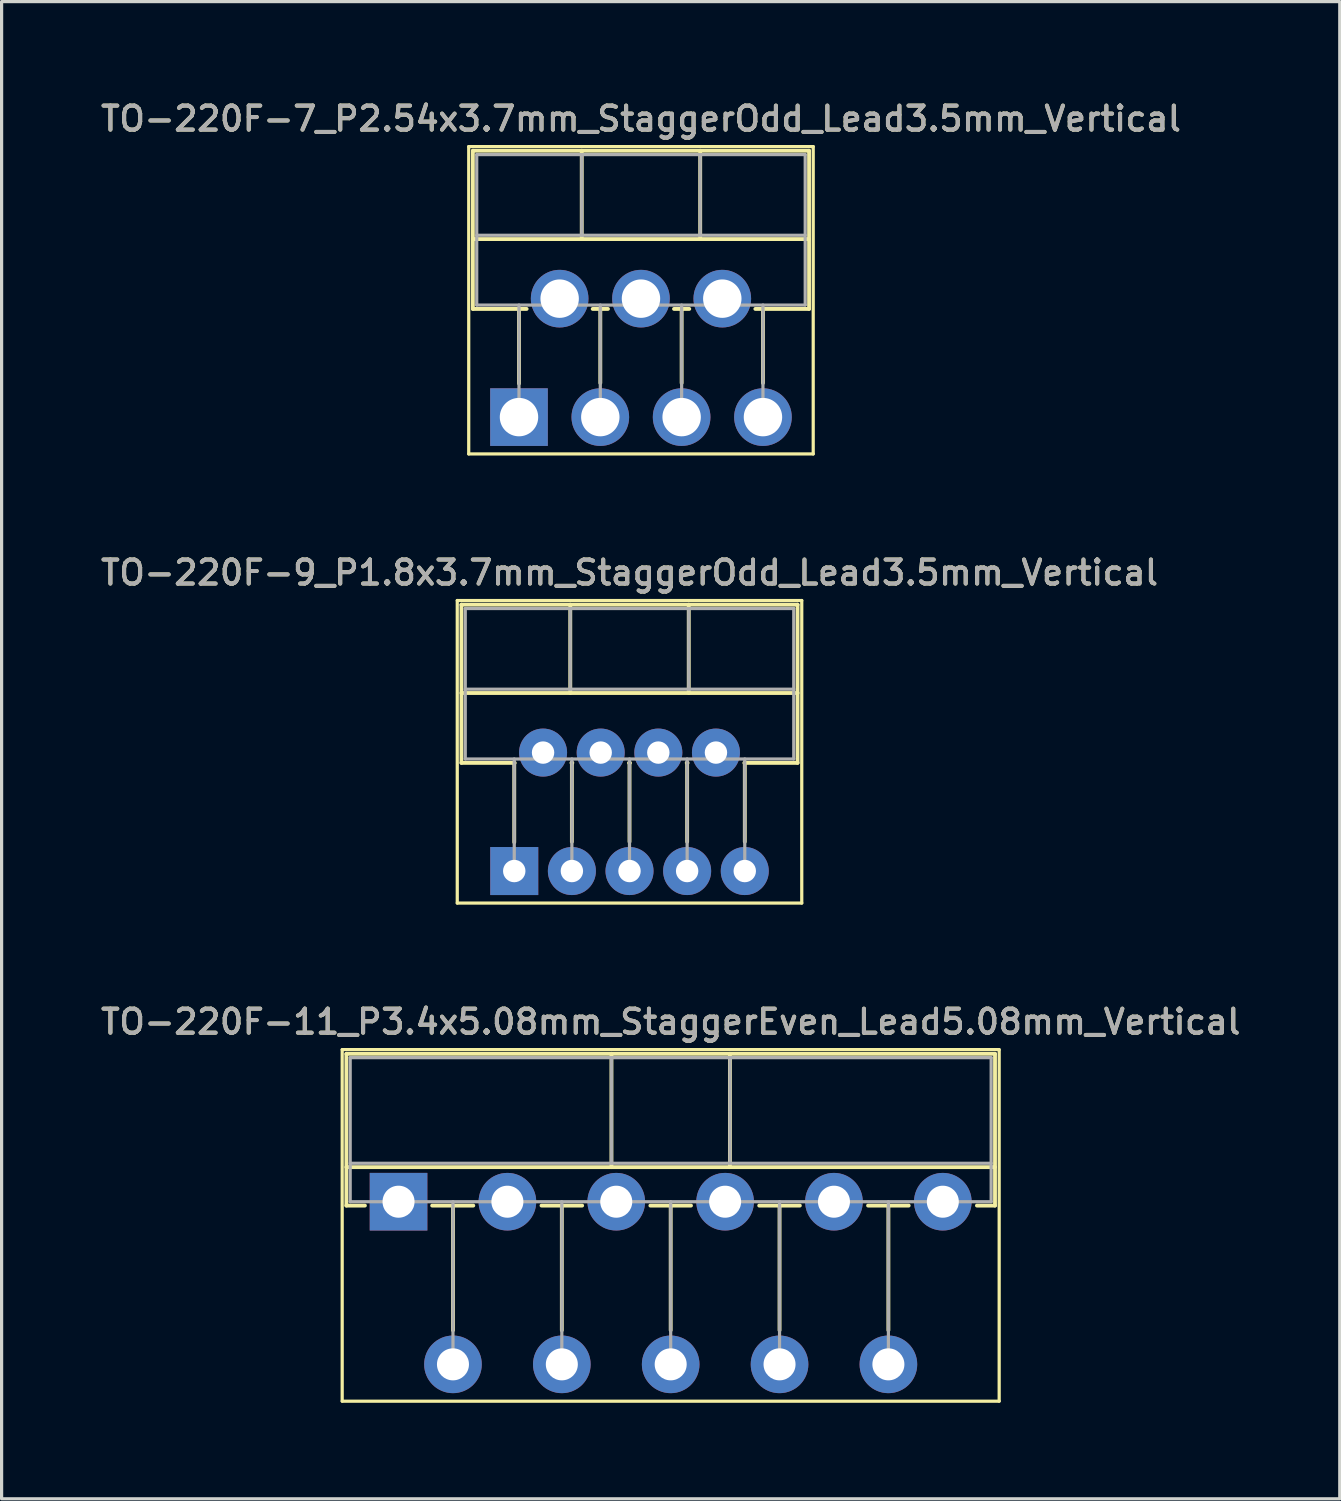
<source format=kicad_pcb>
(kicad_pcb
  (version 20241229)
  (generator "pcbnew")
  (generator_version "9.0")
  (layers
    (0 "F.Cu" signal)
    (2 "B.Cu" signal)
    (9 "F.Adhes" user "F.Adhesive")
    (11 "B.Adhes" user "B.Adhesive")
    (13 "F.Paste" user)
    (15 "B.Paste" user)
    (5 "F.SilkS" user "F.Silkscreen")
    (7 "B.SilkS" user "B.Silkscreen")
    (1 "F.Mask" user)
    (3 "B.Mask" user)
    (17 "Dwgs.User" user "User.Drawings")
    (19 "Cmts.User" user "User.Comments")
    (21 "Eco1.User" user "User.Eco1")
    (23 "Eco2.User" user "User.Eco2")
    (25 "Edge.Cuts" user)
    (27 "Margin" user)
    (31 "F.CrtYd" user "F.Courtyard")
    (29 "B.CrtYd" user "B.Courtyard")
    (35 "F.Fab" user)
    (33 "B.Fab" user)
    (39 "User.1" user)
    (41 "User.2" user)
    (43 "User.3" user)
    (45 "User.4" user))
  (footprint "TO-220F-11_P3.4x5.08mm_StaggerEven_Lead5.08mm_Vertical"
    (layer "F.Cu")
    (at 9.398 34.484)
    (property "Reference" "TO-220F-11_P3.4x5.08mm_StaggerEven_Lead5.08mm_Vertical" (at 8.5 -5.62 0) (layer "F.SilkS") (effects (font (size 0.75 0.75) (thickness 0.125))))
    (attr through_hole)
    (fp_line (start -1.76 -4.75) (end -1.76 6.23) (stroke (width 0.1) (type solid)) (layer "F.SilkS"))
    (fp_line (start -1.76 6.23) (end 18.76 6.23) (stroke (width 0.1) (type solid)) (layer "F.SilkS"))
    (fp_line (start -1.63 -4.62) (end -1.63 0.121) (stroke (width 0.12) (type solid)) (layer "F.SilkS"))
    (fp_line (start -1.63 -4.62) (end 18.63 -4.62) (stroke (width 0.12) (type solid)) (layer "F.SilkS"))
    (fp_line (start -1.63 -1.08) (end 18.63 -1.08) (stroke (width 0.12) (type solid)) (layer "F.SilkS"))
    (fp_line (start -1.63 0.121) (end -1.05 0.121) (stroke (width 0.12) (type solid)) (layer "F.SilkS"))
    (fp_line (start 1.05 0.121) (end 2.335 0.121) (stroke (width 0.12) (type solid)) (layer "F.SilkS"))
    (fp_line (start 1.7 0.121) (end 1.7 4.015) (stroke (width 0.12) (type solid)) (layer "F.SilkS"))
    (fp_line (start 4.465 0.121) (end 5.735 0.121) (stroke (width 0.12) (type solid)) (layer "F.SilkS"))
    (fp_line (start 5.1 0.121) (end 5.1 4.015) (stroke (width 0.12) (type solid)) (layer "F.SilkS"))
    (fp_line (start 6.65 -4.62) (end 6.65 -1.08) (stroke (width 0.12) (type solid)) (layer "F.SilkS"))
    (fp_line (start 7.865 0.121) (end 9.135 0.121) (stroke (width 0.12) (type solid)) (layer "F.SilkS"))
    (fp_line (start 8.5 0.121) (end 8.5 4.015) (stroke (width 0.12) (type solid)) (layer "F.SilkS"))
    (fp_line (start 10.35 -4.62) (end 10.35 -1.08) (stroke (width 0.12) (type solid)) (layer "F.SilkS"))
    (fp_line (start 11.265 0.121) (end 12.535 0.121) (stroke (width 0.12) (type solid)) (layer "F.SilkS"))
    (fp_line (start 11.9 0.121) (end 11.9 4.015) (stroke (width 0.12) (type solid)) (layer "F.SilkS"))
    (fp_line (start 14.665 0.121) (end 15.935 0.121) (stroke (width 0.12) (type solid)) (layer "F.SilkS"))
    (fp_line (start 15.3 0.121) (end 15.3 4.015) (stroke (width 0.12) (type solid)) (layer "F.SilkS"))
    (fp_line (start 18.065 0.121) (end 18.63 0.121) (stroke (width 0.12) (type solid)) (layer "F.SilkS"))
    (fp_line (start 18.63 -4.62) (end 18.63 0.121) (stroke (width 0.12) (type solid)) (layer "F.SilkS"))
    (fp_line (start 18.76 -4.75) (end -1.76 -4.75) (stroke (width 0.1) (type solid)) (layer "F.SilkS"))
    (fp_line (start 18.76 6.23) (end 18.76 -4.75) (stroke (width 0.1) (type solid)) (layer "F.SilkS"))
    (fp_line (start -1.51 -4.5) (end -1.51 0) (stroke (width 0.1) (type solid)) (layer "F.Fab"))
    (fp_line (start -1.51 -1.2) (end 18.51 -1.2) (stroke (width 0.1) (type solid)) (layer "F.Fab"))
    (fp_line (start -1.51 0) (end 18.51 0) (stroke (width 0.1) (type solid)) (layer "F.Fab"))
    (fp_line (start 1.7 0) (end 1.7 5.08) (stroke (width 0.1) (type solid)) (layer "F.Fab"))
    (fp_line (start 5.1 0) (end 5.1 5.08) (stroke (width 0.1) (type solid)) (layer "F.Fab"))
    (fp_line (start 6.65 -4.5) (end 6.65 -1.2) (stroke (width 0.1) (type solid)) (layer "F.Fab"))
    (fp_line (start 8.5 0) (end 8.5 5.08) (stroke (width 0.1) (type solid)) (layer "F.Fab"))
    (fp_line (start 10.35 -4.5) (end 10.35 -1.2) (stroke (width 0.1) (type solid)) (layer "F.Fab"))
    (fp_line (start 11.9 0) (end 11.9 5.08) (stroke (width 0.1) (type solid)) (layer "F.Fab"))
    (fp_line (start 15.3 0) (end 15.3 5.08) (stroke (width 0.1) (type solid)) (layer "F.Fab"))
    (fp_line (start 18.51 -4.5) (end -1.51 -4.5) (stroke (width 0.1) (type solid)) (layer "F.Fab"))
    (fp_line (start 18.51 0) (end 18.51 -4.5) (stroke (width 0.1) (type solid)) (layer "F.Fab"))
    (fp_text user "${REFERENCE}" (at 8.5 -5.62 0) (layer "F.Fab") (effects (font (size 0.75 0.75) (thickness 0.125))))
    (pad "1" thru_hole rect (at 0 0) (size 1.8 1.8) (drill 1) (layers "*.Cu" "*.Mask"))
    (pad "2" thru_hole oval (at 1.7 5.08) (size 1.8 1.8) (drill 1) (layers "*.Cu" "*.Mask"))
    (pad "3" thru_hole oval (at 3.4 0) (size 1.8 1.8) (drill 1) (layers "*.Cu" "*.Mask"))
    (pad "4" thru_hole oval (at 5.1 5.08) (size 1.8 1.8) (drill 1) (layers "*.Cu" "*.Mask"))
    (pad "5" thru_hole oval (at 6.8 0) (size 1.8 1.8) (drill 1) (layers "*.Cu" "*.Mask"))
    (pad "6" thru_hole oval (at 8.5 5.08) (size 1.8 1.8) (drill 1) (layers "*.Cu" "*.Mask"))
    (pad "7" thru_hole oval (at 10.2 0) (size 1.8 1.8) (drill 1) (layers "*.Cu" "*.Mask"))
    (pad "8" thru_hole oval (at 11.9 5.08) (size 1.8 1.8) (drill 1) (layers "*.Cu" "*.Mask"))
    (pad "9" thru_hole oval (at 13.6 0) (size 1.8 1.8) (drill 1) (layers "*.Cu" "*.Mask"))
    (pad "10" thru_hole oval (at 15.3 5.08) (size 1.8 1.8) (drill 1) (layers "*.Cu" "*.Mask"))
    (pad "11" thru_hole oval (at 17 0) (size 1.8 1.8) (drill 1) (layers "*.Cu" "*.Mask")))
  (footprint "TO-220F-9_P1.8x3.7mm_StaggerOdd_Lead3.5mm_Vertical"
    (layer "F.Cu")
    (at 13.012 24.156)
    (property "Reference" "TO-220F-9_P1.8x3.7mm_StaggerOdd_Lead3.5mm_Vertical" (at 3.6 -9.32 0) (layer "F.SilkS") (effects (font (size 0.75 0.75) (thickness 0.125))))
    (attr through_hole)
    (fp_line (start -1.78 -8.45) (end -1.78 1) (stroke (width 0.1) (type solid)) (layer "F.SilkS"))
    (fp_line (start -1.78 1) (end 8.98 1) (stroke (width 0.1) (type solid)) (layer "F.SilkS"))
    (fp_line (start -1.65 -8.32) (end -1.65 -3.379) (stroke (width 0.12) (type solid)) (layer "F.SilkS"))
    (fp_line (start -1.65 -8.32) (end 8.85 -8.32) (stroke (width 0.12) (type solid)) (layer "F.SilkS"))
    (fp_line (start -1.65 -5.561) (end 8.85 -5.561) (stroke (width 0.12) (type solid)) (layer "F.SilkS"))
    (fp_line (start -1.65 -3.379) (end 0.014 -3.379) (stroke (width 0.12) (type solid)) (layer "F.SilkS"))
    (fp_line (start 0 -3.379) (end 0 -0.9) (stroke (width 0.12) (type solid)) (layer "F.SilkS"))
    (fp_line (start 1.75 -8.32) (end 1.75 -5.561) (stroke (width 0.12) (type solid)) (layer "F.SilkS"))
    (fp_line (start 1.787 -3.379) (end 1.814 -3.379) (stroke (width 0.12) (type solid)) (layer "F.SilkS"))
    (fp_line (start 1.8 -3.379) (end 1.8 -0.915) (stroke (width 0.12) (type solid)) (layer "F.SilkS"))
    (fp_line (start 3.587 -3.379) (end 3.614 -3.379) (stroke (width 0.12) (type solid)) (layer "F.SilkS"))
    (fp_line (start 3.6 -3.379) (end 3.6 -0.915) (stroke (width 0.12) (type solid)) (layer "F.SilkS"))
    (fp_line (start 5.387 -3.379) (end 5.414 -3.379) (stroke (width 0.12) (type solid)) (layer "F.SilkS"))
    (fp_line (start 5.4 -3.379) (end 5.4 -0.915) (stroke (width 0.12) (type solid)) (layer "F.SilkS"))
    (fp_line (start 5.45 -8.32) (end 5.45 -5.561) (stroke (width 0.12) (type solid)) (layer "F.SilkS"))
    (fp_line (start 7.187 -3.379) (end 8.85 -3.379) (stroke (width 0.12) (type solid)) (layer "F.SilkS"))
    (fp_line (start 7.201 -3.379) (end 7.201 -0.915) (stroke (width 0.12) (type solid)) (layer "F.SilkS"))
    (fp_line (start 8.85 -8.32) (end 8.85 -3.379) (stroke (width 0.12) (type solid)) (layer "F.SilkS"))
    (fp_line (start 8.98 -8.45) (end -1.78 -8.45) (stroke (width 0.1) (type solid)) (layer "F.SilkS"))
    (fp_line (start 8.98 1) (end 8.98 -8.45) (stroke (width 0.1) (type solid)) (layer "F.SilkS"))
    (fp_line (start -1.53 -8.2) (end -1.53 -3.5) (stroke (width 0.1) (type solid)) (layer "F.Fab"))
    (fp_line (start -1.53 -5.68) (end 8.73 -5.68) (stroke (width 0.1) (type solid)) (layer "F.Fab"))
    (fp_line (start -1.53 -3.5) (end 8.73 -3.5) (stroke (width 0.1) (type solid)) (layer "F.Fab"))
    (fp_line (start 0 -3.5) (end 0 0) (stroke (width 0.1) (type solid)) (layer "F.Fab"))
    (fp_line (start 1.75 -8.2) (end 1.75 -5.68) (stroke (width 0.1) (type solid)) (layer "F.Fab"))
    (fp_line (start 1.8 -3.5) (end 1.8 0) (stroke (width 0.1) (type solid)) (layer "F.Fab"))
    (fp_line (start 3.6 -3.5) (end 3.6 0) (stroke (width 0.1) (type solid)) (layer "F.Fab"))
    (fp_line (start 5.4 -3.5) (end 5.4 0) (stroke (width 0.1) (type solid)) (layer "F.Fab"))
    (fp_line (start 5.45 -8.2) (end 5.45 -5.68) (stroke (width 0.1) (type solid)) (layer "F.Fab"))
    (fp_line (start 7.2 -3.5) (end 7.2 0) (stroke (width 0.1) (type solid)) (layer "F.Fab"))
    (fp_line (start 8.73 -8.2) (end -1.53 -8.2) (stroke (width 0.1) (type solid)) (layer "F.Fab"))
    (fp_line (start 8.73 -3.5) (end 8.73 -8.2) (stroke (width 0.1) (type solid)) (layer "F.Fab"))
    (fp_text user "${REFERENCE}" (at 3.6 -9.32 0) (layer "F.Fab") (effects (font (size 0.75 0.75) (thickness 0.125))))
    (pad "1" thru_hole rect (at 0 0) (size 1.5 1.5) (drill 0.7) (layers "*.Cu" "*.Mask"))
    (pad "2" thru_hole oval (at 0.9 -3.7) (size 1.5 1.5) (drill 0.7) (layers "*.Cu" "*.Mask"))
    (pad "3" thru_hole oval (at 1.8 0) (size 1.5 1.5) (drill 0.7) (layers "*.Cu" "*.Mask"))
    (pad "4" thru_hole oval (at 2.7 -3.7) (size 1.5 1.5) (drill 0.7) (layers "*.Cu" "*.Mask"))
    (pad "5" thru_hole oval (at 3.6 0) (size 1.5 1.5) (drill 0.7) (layers "*.Cu" "*.Mask"))
    (pad "6" thru_hole oval (at 4.5 -3.7) (size 1.5 1.5) (drill 0.7) (layers "*.Cu" "*.Mask"))
    (pad "7" thru_hole oval (at 5.4 0) (size 1.5 1.5) (drill 0.7) (layers "*.Cu" "*.Mask"))
    (pad "8" thru_hole oval (at 6.3 -3.7) (size 1.5 1.5) (drill 0.7) (layers "*.Cu" "*.Mask"))
    (pad "9" thru_hole oval (at 7.2 0) (size 1.5 1.5) (drill 0.7) (layers "*.Cu" "*.Mask")))
  (footprint "TO-220F-7_P2.54x3.7mm_StaggerOdd_Lead3.5mm_Vertical"
    (layer "F.Cu")
    (at 13.16 9.978)
    (property "Reference" "TO-220F-7_P2.54x3.7mm_StaggerOdd_Lead3.5mm_Vertical" (at 3.81 -9.32 0) (layer "F.SilkS") (effects (font (size 0.75 0.75) (thickness 0.125))))
    (attr through_hole)
    (fp_line (start -1.57 -8.45) (end -1.57 1.15) (stroke (width 0.1) (type solid)) (layer "F.SilkS"))
    (fp_line (start -1.57 1.15) (end 9.19 1.15) (stroke (width 0.1) (type solid)) (layer "F.SilkS"))
    (fp_line (start -1.44 -8.32) (end -1.44 -3.379) (stroke (width 0.12) (type solid)) (layer "F.SilkS"))
    (fp_line (start -1.44 -8.32) (end 9.06 -8.32) (stroke (width 0.12) (type solid)) (layer "F.SilkS"))
    (fp_line (start -1.44 -5.561) (end 9.06 -5.561) (stroke (width 0.12) (type solid)) (layer "F.SilkS"))
    (fp_line (start -1.44 -3.379) (end 0.239 -3.379) (stroke (width 0.12) (type solid)) (layer "F.SilkS"))
    (fp_line (start 0 -3.379) (end 0 -1.049) (stroke (width 0.12) (type solid)) (layer "F.SilkS"))
    (fp_line (start 1.96 -8.32) (end 1.96 -5.561) (stroke (width 0.12) (type solid)) (layer "F.SilkS"))
    (fp_line (start 2.302 -3.379) (end 2.779 -3.379) (stroke (width 0.12) (type solid)) (layer "F.SilkS"))
    (fp_line (start 2.54 -3.379) (end 2.54 -1.065) (stroke (width 0.12) (type solid)) (layer "F.SilkS"))
    (fp_line (start 4.842 -3.379) (end 5.319 -3.379) (stroke (width 0.12) (type solid)) (layer "F.SilkS"))
    (fp_line (start 5.08 -3.379) (end 5.08 -1.065) (stroke (width 0.12) (type solid)) (layer "F.SilkS"))
    (fp_line (start 5.66 -8.32) (end 5.66 -5.561) (stroke (width 0.12) (type solid)) (layer "F.SilkS"))
    (fp_line (start 7.382 -3.379) (end 9.06 -3.379) (stroke (width 0.12) (type solid)) (layer "F.SilkS"))
    (fp_line (start 7.62 -3.379) (end 7.62 -1.065) (stroke (width 0.12) (type solid)) (layer "F.SilkS"))
    (fp_line (start 9.06 -8.32) (end 9.06 -3.379) (stroke (width 0.12) (type solid)) (layer "F.SilkS"))
    (fp_line (start 9.19 -8.45) (end -1.57 -8.45) (stroke (width 0.1) (type solid)) (layer "F.SilkS"))
    (fp_line (start 9.19 1.15) (end 9.19 -8.45) (stroke (width 0.1) (type solid)) (layer "F.SilkS"))
    (fp_line (start -1.32 -8.2) (end -1.32 -3.5) (stroke (width 0.1) (type solid)) (layer "F.Fab"))
    (fp_line (start -1.32 -5.68) (end 8.94 -5.68) (stroke (width 0.1) (type solid)) (layer "F.Fab"))
    (fp_line (start -1.32 -3.5) (end 8.94 -3.5) (stroke (width 0.1) (type solid)) (layer "F.Fab"))
    (fp_line (start 0 -3.5) (end 0 0) (stroke (width 0.1) (type solid)) (layer "F.Fab"))
    (fp_line (start 1.96 -8.2) (end 1.96 -5.68) (stroke (width 0.1) (type solid)) (layer "F.Fab"))
    (fp_line (start 2.54 -3.5) (end 2.54 0) (stroke (width 0.1) (type solid)) (layer "F.Fab"))
    (fp_line (start 5.08 -3.5) (end 5.08 0) (stroke (width 0.1) (type solid)) (layer "F.Fab"))
    (fp_line (start 5.66 -8.2) (end 5.66 -5.68) (stroke (width 0.1) (type solid)) (layer "F.Fab"))
    (fp_line (start 7.62 -3.5) (end 7.62 0) (stroke (width 0.1) (type solid)) (layer "F.Fab"))
    (fp_line (start 8.94 -8.2) (end -1.32 -8.2) (stroke (width 0.1) (type solid)) (layer "F.Fab"))
    (fp_line (start 8.94 -3.5) (end 8.94 -8.2) (stroke (width 0.1) (type solid)) (layer "F.Fab"))
    (fp_text user "${REFERENCE}" (at 3.81 -9.32 0) (layer "F.Fab") (effects (font (size 0.75 0.75) (thickness 0.125))))
    (pad "1" thru_hole rect (at 0 0) (size 1.8 1.8) (drill 1.2) (layers "*.Cu" "*.Mask"))
    (pad "2" thru_hole oval (at 1.27 -3.7) (size 1.8 1.8) (drill 1.2) (layers "*.Cu" "*.Mask"))
    (pad "3" thru_hole oval (at 2.54 0) (size 1.8 1.8) (drill 1.2) (layers "*.Cu" "*.Mask"))
    (pad "4" thru_hole oval (at 3.81 -3.7) (size 1.8 1.8) (drill 1.2) (layers "*.Cu" "*.Mask"))
    (pad "5" thru_hole oval (at 5.08 0) (size 1.8 1.8) (drill 1.2) (layers "*.Cu" "*.Mask"))
    (pad "6" thru_hole oval (at 6.35 -3.7) (size 1.8 1.8) (drill 1.2) (layers "*.Cu" "*.Mask"))
    (pad "7" thru_hole oval (at 7.62 0) (size 1.8 1.8) (drill 1.2) (layers "*.Cu" "*.Mask")))
  (gr_rect
    (start -3 -3)
    (end 38.796 43.764)
    (stroke (width 0.1) (type default))
    (fill no)
    (layer "Edge.Cuts")))
</source>
